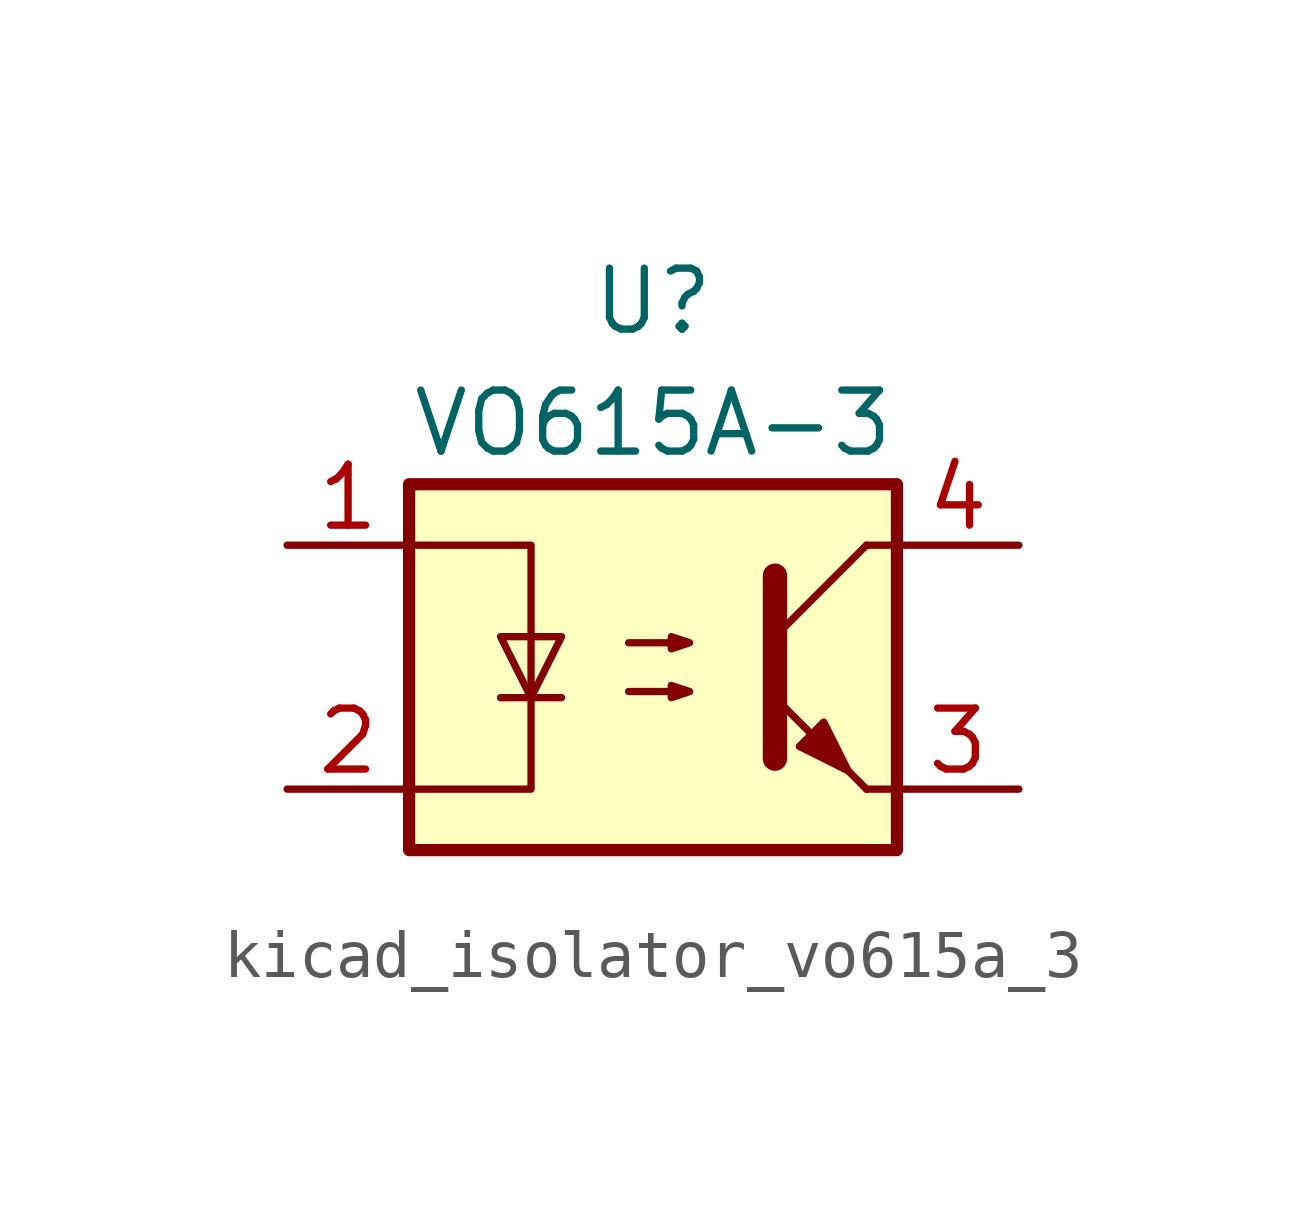
<source format=kicad_sym>
(kicad_symbol_lib
  (version 20220914)
  (generator kicad_symbol_editor)
  (symbol "kicad_isolator_vo615a_3"
    (pin_names
      (offset 0.762))
    (property "Reference" "U"
      (at 0 7.62 0)
      (effects (font (size 1.27 1.27))))
    (property "Value" "VO615A-3"
      (at 0 5.08 0)
      (effects (font (size 1.27 1.27))))
    (symbol "kicad_isolator_vo615a_3_0_1"
      (rectangle (start -5.08 3.81) (end 5.08 -3.81) (stroke (width 0.254) (type default)) (fill (type background)))
      (polyline (pts (xy -3.175 -0.635) (xy -1.905 -0.635)) (stroke (width 0) (type default)) (fill (type none)))
      (polyline (pts (xy 2.54 0.635) (xy 4.445 2.54)) (stroke (width 0) (type default)) (fill (type none)))
      (polyline (pts (xy 4.445 -2.54) (xy 2.54 -0.635)) (stroke (width 0) (type default)) (fill (type outline)))
      (polyline (pts (xy 4.445 -2.54) (xy 5.08 -2.54)) (stroke (width 0) (type default)) (fill (type none)))
      (polyline (pts (xy 4.445 2.54) (xy 5.08 2.54)) (stroke (width 0) (type default)) (fill (type none)))
      (polyline (pts (xy 2.54 1.905) (xy 2.54 -1.905) (xy 2.54 -1.905)) (stroke (width 0.508) (type default)) (fill (type none)))
      (polyline (pts (xy -5.08 2.54) (xy -2.54 2.54) (xy -2.54 -2.54) (xy -5.08 -2.54)) (stroke (width 0) (type default)) (fill (type none)))
      (polyline (pts (xy -2.54 -0.635) (xy -3.175 0.635) (xy -1.905 0.635) (xy -2.54 -0.635)) (stroke (width 0) (type default)) (fill (type none)))
      (polyline (pts (xy -0.508 -0.508) (xy 0.762 -0.508) (xy 0.381 -0.635) (xy 0.381 -0.381) (xy 0.762 -0.508)) (stroke (width 0) (type default)) (fill (type none)))
      (polyline (pts (xy -0.508 0.508) (xy 0.762 0.508) (xy 0.381 0.381) (xy 0.381 0.635) (xy 0.762 0.508)) (stroke (width 0) (type default)) (fill (type none)))
      (polyline (pts (xy 3.048 -1.651) (xy 3.556 -1.143) (xy 4.064 -2.159) (xy 3.048 -1.651) (xy 3.048 -1.651)) (stroke (width 0) (type default)) (fill (type outline))))
    (symbol "kicad_isolator_vo615a_3_1_1"
      (pin passive line (at -7.62 2.54 0) (length 2.54) (name "~" (effects (font (size 1.27 1.27)))) (number "1" (effects (font (size 1.27 1.27)))))
      (pin passive line (at -7.62 -2.54 0) (length 2.54) (name "~" (effects (font (size 1.27 1.27)))) (number "2" (effects (font (size 1.27 1.27)))))
      (pin passive line (at 7.62 -2.54 180) (length 2.54) (name "~" (effects (font (size 1.27 1.27)))) (number "3" (effects (font (size 1.27 1.27)))))
      (pin passive line (at 7.62 2.54 180) (length 2.54) (name "~" (effects (font (size 1.27 1.27)))) (number "4" (effects (font (size 1.27 1.27))))))))
</source>
